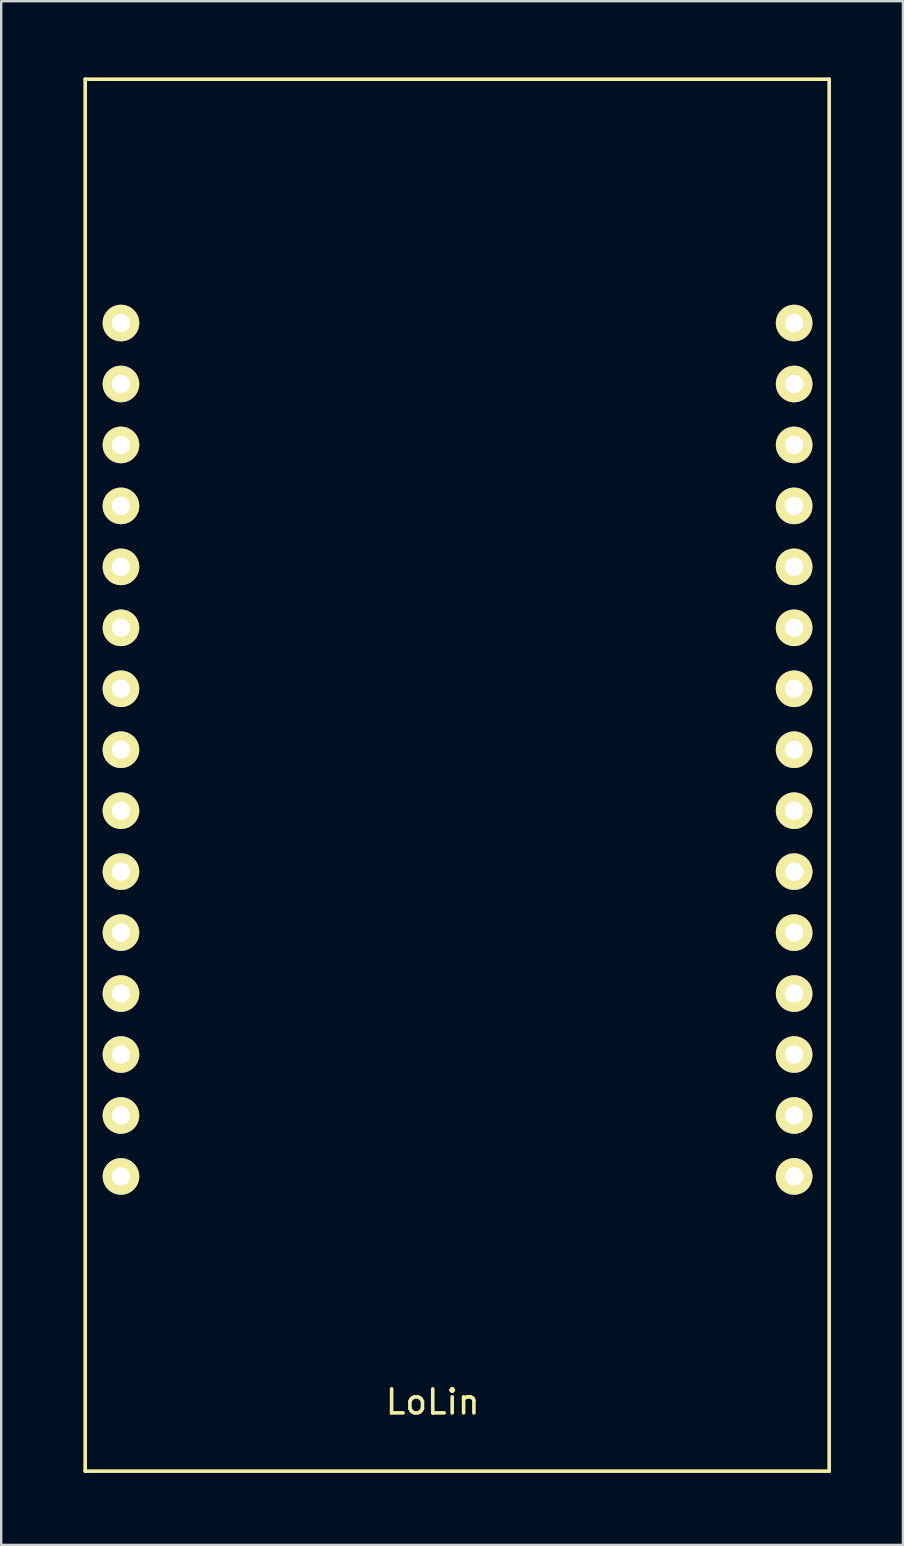
<source format=kicad_pcb>
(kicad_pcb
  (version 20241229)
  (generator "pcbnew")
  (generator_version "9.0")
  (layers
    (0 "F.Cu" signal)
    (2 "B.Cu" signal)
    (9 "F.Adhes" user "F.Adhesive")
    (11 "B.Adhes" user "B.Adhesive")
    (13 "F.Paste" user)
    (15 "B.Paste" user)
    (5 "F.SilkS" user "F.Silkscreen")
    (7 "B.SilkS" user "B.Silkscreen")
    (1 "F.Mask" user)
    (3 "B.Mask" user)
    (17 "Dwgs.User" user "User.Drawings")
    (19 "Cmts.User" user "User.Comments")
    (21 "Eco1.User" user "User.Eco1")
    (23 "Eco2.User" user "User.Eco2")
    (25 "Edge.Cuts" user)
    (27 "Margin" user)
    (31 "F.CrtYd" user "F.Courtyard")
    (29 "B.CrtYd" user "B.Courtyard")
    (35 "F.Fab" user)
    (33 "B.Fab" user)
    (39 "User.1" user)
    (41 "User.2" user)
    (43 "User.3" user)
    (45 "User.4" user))
  (footprint "LoLin"
    (layer "F.Cu")
    (at 0.25 0.25)
    (property "Reference" "LoLin" (at 14.732 55.118 0) (layer "F.SilkS") (effects (font (size 1 1) (thickness 0.15))))
    (attr through_hole)
    (fp_line (start 0.25 0) (end 31.25 0) (stroke (width 0.15) (type solid)) (layer "F.SilkS"))
    (fp_line (start 0.25 58) (end 0.25 0) (stroke (width 0.15) (type solid)) (layer "F.SilkS"))
    (fp_line (start 31.25 0) (end 31.25 58) (stroke (width 0.15) (type solid)) (layer "F.SilkS"))
    (fp_line (start 31.25 58) (end 0.25 58) (stroke (width 0.15) (type solid)) (layer "F.SilkS"))
    (pad "1" thru_hole circle (at 1.74 10.16) (size 1.524 1.524) (drill 0.762) (layers "*.Cu" "*.Mask" "F.SilkS"))
    (pad "2" thru_hole circle (at 1.74 12.7) (size 1.524 1.524) (drill 0.762) (layers "*.Cu" "*.Mask" "F.SilkS"))
    (pad "3" thru_hole circle (at 1.74 15.24) (size 1.524 1.524) (drill 0.762) (layers "*.Cu" "*.Mask" "F.SilkS"))
    (pad "4" thru_hole circle (at 1.74 17.78) (size 1.524 1.524) (drill 0.762) (layers "*.Cu" "*.Mask" "F.SilkS"))
    (pad "5" thru_hole circle (at 1.74 20.32) (size 1.524 1.524) (drill 0.762) (layers "*.Cu" "*.Mask" "F.SilkS"))
    (pad "6" thru_hole circle (at 1.74 22.86) (size 1.524 1.524) (drill 0.762) (layers "*.Cu" "*.Mask" "F.SilkS"))
    (pad "7" thru_hole circle (at 1.74 25.4) (size 1.524 1.524) (drill 0.762) (layers "*.Cu" "*.Mask" "F.SilkS"))
    (pad "8" thru_hole circle (at 1.74 27.94) (size 1.524 1.524) (drill 0.762) (layers "*.Cu" "*.Mask" "F.SilkS"))
    (pad "9" thru_hole circle (at 1.74 30.48) (size 1.524 1.524) (drill 0.762) (layers "*.Cu" "*.Mask" "F.SilkS"))
    (pad "10" thru_hole circle (at 1.74 33.02) (size 1.524 1.524) (drill 0.762) (layers "*.Cu" "*.Mask" "F.SilkS"))
    (pad "11" thru_hole circle (at 1.74 35.56) (size 1.524 1.524) (drill 0.762) (layers "*.Cu" "*.Mask" "F.SilkS"))
    (pad "12" thru_hole circle (at 1.74 38.1) (size 1.524 1.524) (drill 0.762) (layers "*.Cu" "*.Mask" "F.SilkS"))
    (pad "13" thru_hole circle (at 1.74 40.64) (size 1.524 1.524) (drill 0.762) (layers "*.Cu" "*.Mask" "F.SilkS"))
    (pad "14" thru_hole circle (at 1.74 43.18) (size 1.524 1.524) (drill 0.762) (layers "*.Cu" "*.Mask" "F.SilkS"))
    (pad "15" thru_hole circle (at 1.74 45.72) (size 1.524 1.524) (drill 0.762) (layers "*.Cu" "*.Mask" "F.SilkS"))
    (pad "16" thru_hole circle (at 29.79 45.72) (size 1.524 1.524) (drill 0.762) (layers "*.Cu" "*.Mask" "F.SilkS"))
    (pad "17" thru_hole circle (at 29.79 43.18) (size 1.524 1.524) (drill 0.762) (layers "*.Cu" "*.Mask" "F.SilkS"))
    (pad "18" thru_hole circle (at 29.79 40.64) (size 1.524 1.524) (drill 0.762) (layers "*.Cu" "*.Mask" "F.SilkS"))
    (pad "19" thru_hole circle (at 29.79 38.1) (size 1.524 1.524) (drill 0.762) (layers "*.Cu" "*.Mask" "F.SilkS"))
    (pad "20" thru_hole circle (at 29.79 35.56) (size 1.524 1.524) (drill 0.762) (layers "*.Cu" "*.Mask" "F.SilkS"))
    (pad "21" thru_hole circle (at 29.79 33.02) (size 1.524 1.524) (drill 0.762) (layers "*.Cu" "*.Mask" "F.SilkS"))
    (pad "22" thru_hole circle (at 29.79 30.48) (size 1.524 1.524) (drill 0.762) (layers "*.Cu" "*.Mask" "F.SilkS"))
    (pad "23" thru_hole circle (at 29.79 27.94) (size 1.524 1.524) (drill 0.762) (layers "*.Cu" "*.Mask" "F.SilkS"))
    (pad "24" thru_hole circle (at 29.79 25.4) (size 1.524 1.524) (drill 0.762) (layers "*.Cu" "*.Mask" "F.SilkS"))
    (pad "25" thru_hole circle (at 29.79 22.86) (size 1.524 1.524) (drill 0.762) (layers "*.Cu" "*.Mask" "F.SilkS"))
    (pad "26" thru_hole circle (at 29.79 20.32) (size 1.524 1.524) (drill 0.762) (layers "*.Cu" "*.Mask" "F.SilkS"))
    (pad "27" thru_hole circle (at 29.79 17.78) (size 1.524 1.524) (drill 0.762) (layers "*.Cu" "*.Mask" "F.SilkS"))
    (pad "28" thru_hole circle (at 29.79 15.24) (size 1.524 1.524) (drill 0.762) (layers "*.Cu" "*.Mask" "F.SilkS"))
    (pad "29" thru_hole circle (at 29.79 12.7) (size 1.524 1.524) (drill 0.762) (layers "*.Cu" "*.Mask" "F.SilkS"))
    (pad "30" thru_hole circle (at 29.79 10.16) (size 1.524 1.524) (drill 0.762) (layers "*.Cu" "*.Mask" "F.SilkS")))
  (gr_rect
    (start -3 -3)
    (end 34.575 61.325)
    (stroke (width 0.1) (type default))
    (fill no)
    (layer "Edge.Cuts")))
</source>
